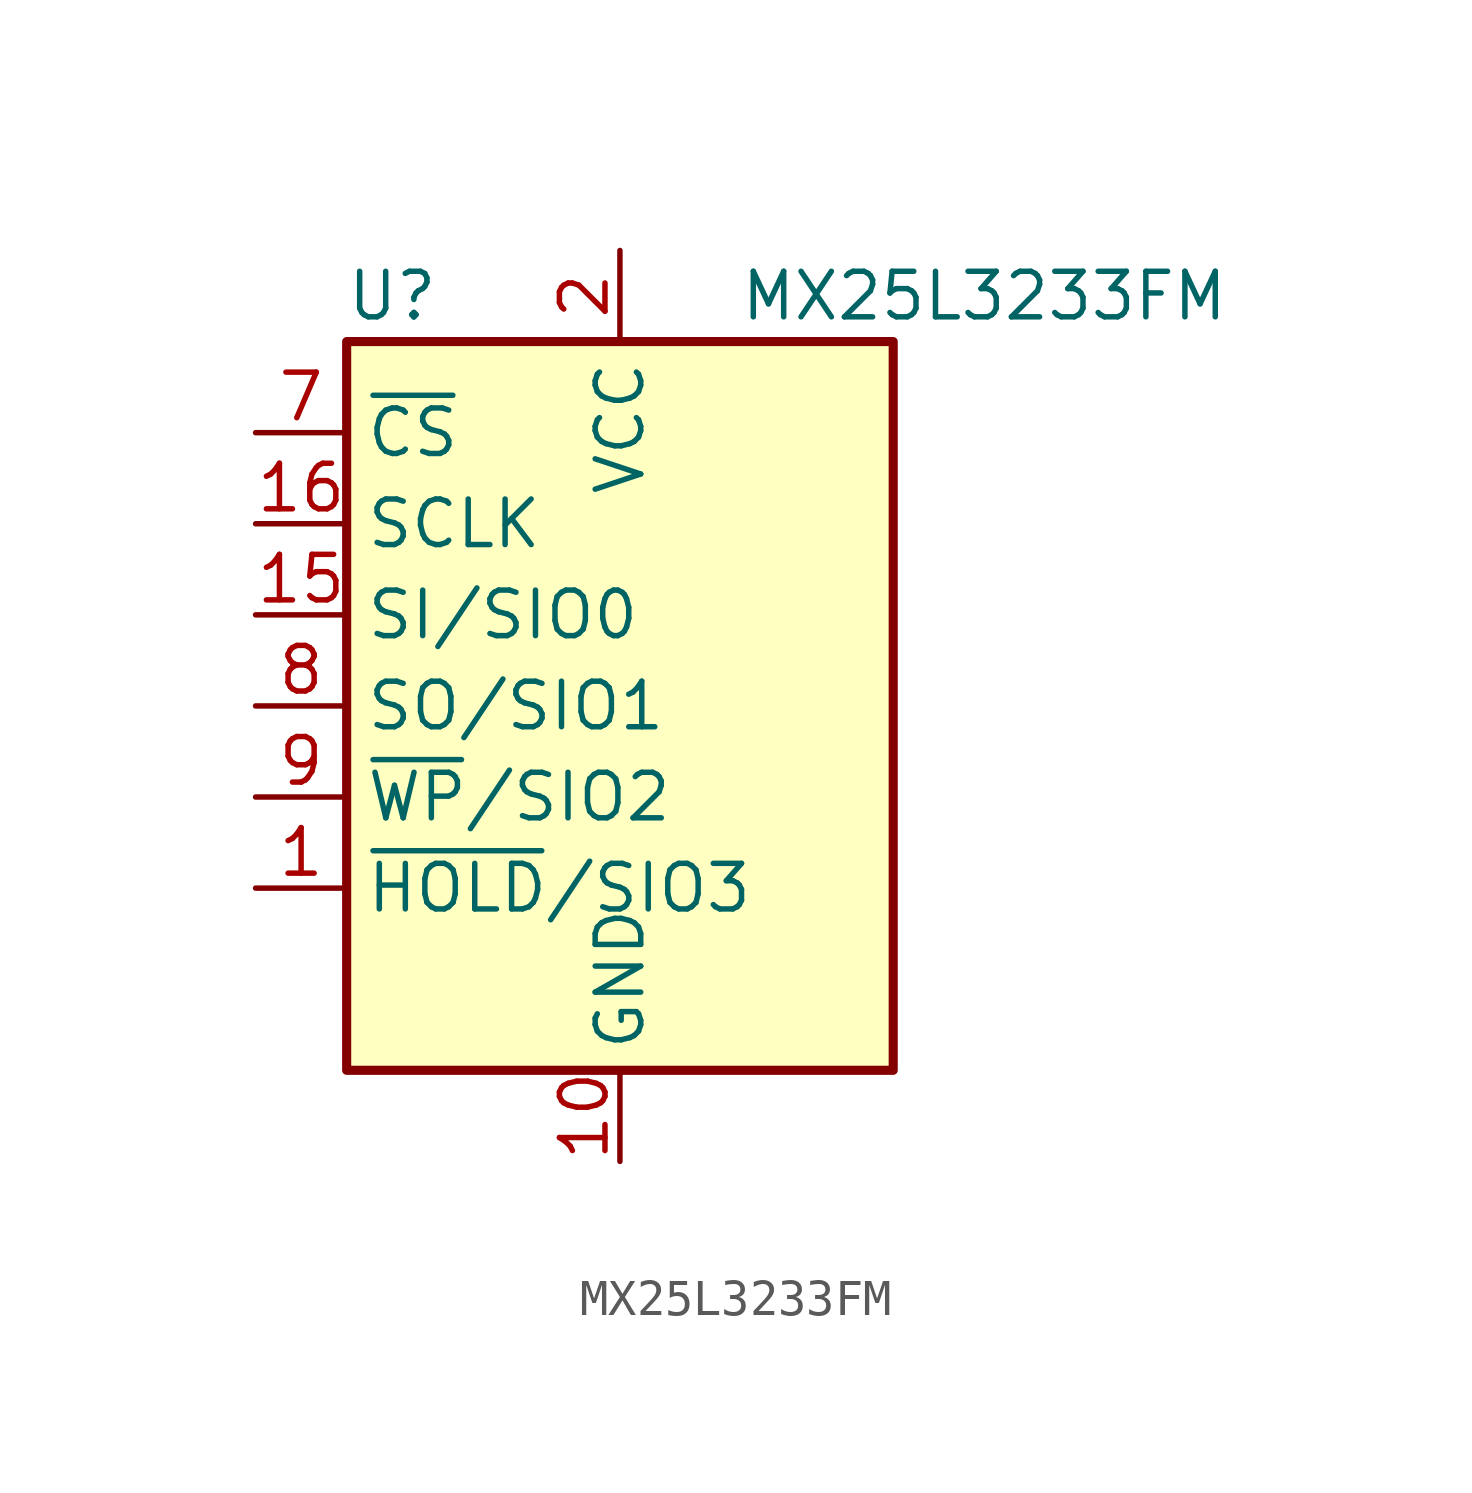
<source format=kicad_sym>
(kicad_symbol_lib
  (version 20220914)
  (generator kicad_symbol_editor)
  (symbol "MX25L3233FM"
    (property "Reference" "U"
      (at -6.35 11.43 0)
      (effects (font (size 1.27 1.27))))
    (property "Value" "MX25L3233FM"
      (at 10.16 11.43 0)
      (effects (font (size 1.27 1.27))))
    (symbol "MX25L3233FM_0_1"
      (rectangle (start -7.62 10.16) (end 7.62 -10.16) (stroke (width 0.254) (type default)) (fill (type background))))
    (symbol "MX25L3233FM_1_1"
      (pin bidirectional line (at -10.16 -5.08 0) (length 2.54) (name "~{HOLD}/SIO3" (effects (font (size 1.27 1.27)))) (number "1" (effects (font (size 1.27 1.27)))))
      (pin power_in line (at 0 -12.7 90) (length 2.54) (name "GND" (effects (font (size 1.27 1.27)))) (number "10" (effects (font (size 1.27 1.27)))))
      (pin bidirectional line (at -10.16 2.54 0) (length 2.54) (name "SI/SIO0" (effects (font (size 1.27 1.27)))) (number "15" (effects (font (size 1.27 1.27)))))
      (pin input line (at -10.16 5.08 0) (length 2.54) (name "SCLK" (effects (font (size 1.27 1.27)))) (number "16" (effects (font (size 1.27 1.27)))))
      (pin power_in line (at 0 12.7 270) (length 2.54) (name "VCC" (effects (font (size 1.27 1.27)))) (number "2" (effects (font (size 1.27 1.27)))))
      (pin input line (at -10.16 7.62 0) (length 2.54) (name "~{CS}" (effects (font (size 1.27 1.27)))) (number "7" (effects (font (size 1.27 1.27)))))
      (pin bidirectional line (at -10.16 0 0) (length 2.54) (name "SO/SIO1" (effects (font (size 1.27 1.27)))) (number "8" (effects (font (size 1.27 1.27)))))
      (pin bidirectional line (at -10.16 -2.54 0) (length 2.54) (name "~{WP}/SIO2" (effects (font (size 1.27 1.27)))) (number "9" (effects (font (size 1.27 1.27))))))))
</source>
